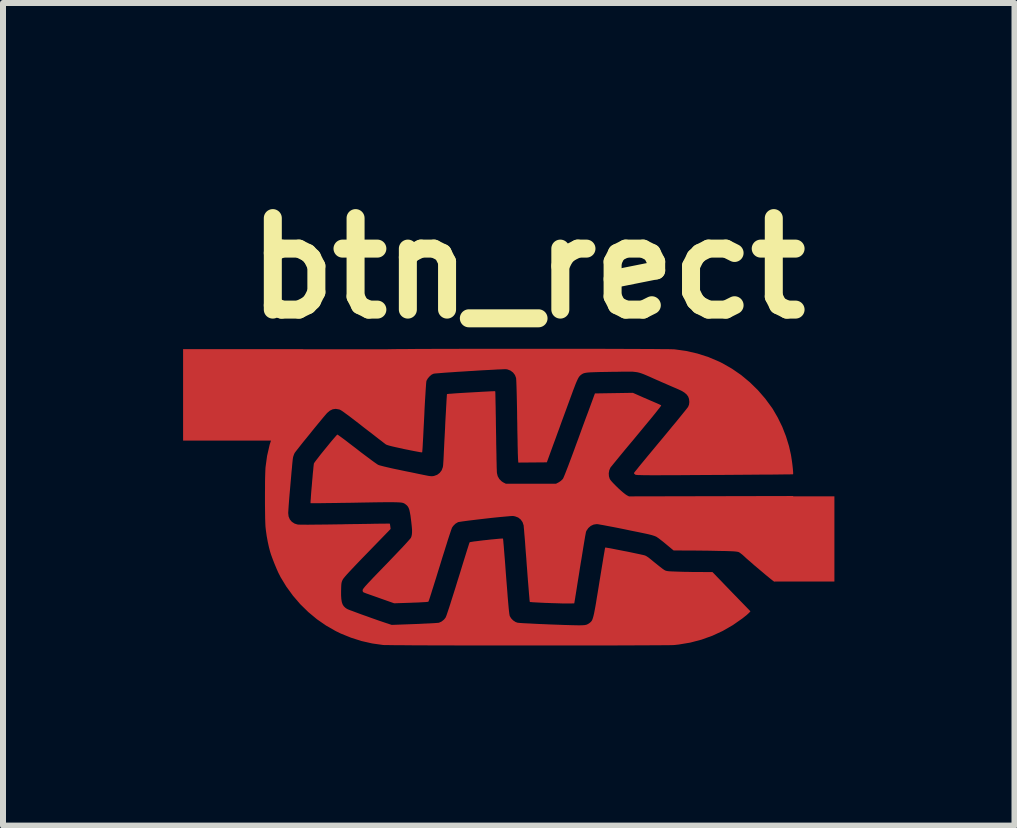
<source format=kicad_pcb>
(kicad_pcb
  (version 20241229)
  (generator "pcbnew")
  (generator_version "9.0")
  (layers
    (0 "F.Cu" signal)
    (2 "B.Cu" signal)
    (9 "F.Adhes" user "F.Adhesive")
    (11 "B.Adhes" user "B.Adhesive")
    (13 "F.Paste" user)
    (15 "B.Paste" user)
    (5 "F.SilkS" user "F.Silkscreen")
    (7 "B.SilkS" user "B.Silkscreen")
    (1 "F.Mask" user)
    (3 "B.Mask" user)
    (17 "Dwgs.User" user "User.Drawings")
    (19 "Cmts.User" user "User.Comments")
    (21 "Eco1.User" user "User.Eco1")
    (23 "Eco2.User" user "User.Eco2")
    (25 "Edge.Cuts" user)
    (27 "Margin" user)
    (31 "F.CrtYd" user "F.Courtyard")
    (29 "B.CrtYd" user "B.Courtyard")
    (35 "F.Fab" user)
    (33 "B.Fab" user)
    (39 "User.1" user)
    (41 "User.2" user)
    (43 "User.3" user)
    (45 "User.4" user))
  (footprint "btn_rect"
    (layer "F.Cu")
    (at 5.76 5.228)
    (property "Reference" "btn_rect" (at -0.02 -3.81 0) (layer "F.SilkS") (effects (font (size 1.524 1.524) (thickness 0.3))))
    (attr exclude_from_pos_files exclude_from_bom)
    (pad "1" smd custom (at 4.59 0.7) (size 1 1.42) (layers "F.Cu" "F.Mask") (options (anchor rect)) (primitives (gr_poly (pts (xy -5.155 -2.456) (xy -5.154 -2.447) (xy -5.153 -2.422) (xy -5.152 -2.382) (xy -5.151 -2.33) (xy -5.15 -2.265) (xy -5.148 -2.19) (xy -5.147 -2.106) (xy -5.145 -2.014) (xy -5.144 -1.915) (xy -5.142 -1.811) (xy -5.142 -1.798) (xy -5.14 -1.692) (xy -5.139 -1.59) (xy -5.137 -1.494) (xy -5.135 -1.405) (xy -5.134 -1.325) (xy -5.132 -1.254) (xy -5.131 -1.195) (xy -5.129 -1.148) (xy -5.128 -1.116) (xy -5.127 -1.1) (xy -5.127 -1.099) (xy -5.114 -1.044) (xy -5.086 -0.995) (xy -5.047 -0.956) (xy -5.022 -0.939) (xy -4.975 -0.915) (xy -4.136 -0.915) (xy -4.09 -0.939) (xy -4.054 -0.963) (xy -4.025 -0.991) (xy -4.019 -0.998) (xy -4.011 -1.013) (xy -3.998 -1.043) (xy -3.98 -1.087) (xy -3.958 -1.143) (xy -3.932 -1.21) (xy -3.903 -1.287) (xy -3.871 -1.372) (xy -3.837 -1.464) (xy -3.836 -1.466) (xy -3.802 -1.56) (xy -3.766 -1.657) (xy -3.73 -1.756) (xy -3.695 -1.853) (xy -3.661 -1.945) (xy -3.63 -2.029) (xy -3.602 -2.103) (xy -3.581 -2.16) (xy -3.486 -2.419) (xy -3.172 -2.424) (xy -2.858 -2.429) (xy -2.736 -2.375) (xy -2.682 -2.351) (xy -2.621 -2.325) (xy -2.562 -2.299) (xy -2.511 -2.277) (xy -2.506 -2.275) (xy -2.466 -2.258) (xy -2.432 -2.243) (xy -2.406 -2.231) (xy -2.393 -2.224) (xy -2.391 -2.223) (xy -2.396 -2.216) (xy -2.41 -2.196) (xy -2.434 -2.166) (xy -2.466 -2.125) (xy -2.506 -2.075) (xy -2.553 -2.017) (xy -2.607 -1.952) (xy -2.665 -1.882) (xy -2.728 -1.806) (xy -2.794 -1.726) (xy -2.798 -1.721) (xy -2.865 -1.64) (xy -2.93 -1.563) (xy -2.991 -1.49) (xy -3.047 -1.422) (xy -3.098 -1.36) (xy -3.142 -1.306) (xy -3.179 -1.261) (xy -3.207 -1.226) (xy -3.227 -1.202) (xy -3.236 -1.19) (xy -3.255 -1.146) (xy -3.264 -1.095) (xy -3.261 -1.043) (xy -3.247 -0.998) (xy -3.233 -0.977) (xy -3.209 -0.948) (xy -3.177 -0.914) (xy -3.139 -0.876) (xy -3.099 -0.837) (xy -3.058 -0.8) (xy -3.02 -0.767) (xy -2.988 -0.742) (xy -2.963 -0.725) (xy -2.962 -0.724) (xy -2.924 -0.704) (xy -1.557 -0.707) (xy -0.19 -0.71) (xy -0.19 -0.505) (xy -0.192 -0.362) (xy -0.198 -0.233) (xy -0.209 -0.115) (xy -0.225 -0.004) (xy -0.247 0.102) (xy -0.276 0.207) (xy -0.311 0.314) (xy -0.346 0.406) (xy -0.368 0.46) (xy -0.392 0.513) (xy -0.416 0.565) (xy -0.439 0.612) (xy -0.46 0.652) (xy -0.478 0.683) (xy -0.492 0.702) (xy -0.499 0.708) (xy -0.508 0.702) (xy -0.528 0.687) (xy -0.557 0.664) (xy -0.595 0.633) (xy -0.638 0.598) (xy -0.685 0.558) (xy -0.735 0.516) (xy -0.786 0.473) (xy -0.836 0.431) (xy -0.882 0.39) (xy -0.925 0.353) (xy -0.961 0.322) (xy -0.989 0.296) (xy -0.993 0.292) (xy -1.024 0.264) (xy -1.055 0.239) (xy -1.08 0.221) (xy -1.092 0.215) (xy -1.104 0.211) (xy -1.12 0.208) (xy -1.142 0.205) (xy -1.173 0.202) (xy -1.213 0.2) (xy -1.266 0.198) (xy -1.332 0.196) (xy -1.413 0.195) (xy -1.497 0.193) (xy -1.588 0.191) (xy -1.683 0.19) (xy -1.775 0.189) (xy -1.861 0.188) (xy -1.934 0.188) (xy -1.939 0.188) (xy -2.177 0.187) (xy -2.301 0.084) (xy -2.343 0.049) (xy -2.384 0.017) (xy -2.42 -0.011) (xy -2.449 -0.031) (xy -2.466 -0.042) (xy -2.495 -0.054) (xy -2.538 -0.068) (xy -2.593 -0.082) (xy -2.629 -0.09) (xy -2.762 -0.118) (xy -2.887 -0.143) (xy -3.001 -0.167) (xy -3.105 -0.188) (xy -3.198 -0.206) (xy -3.278 -0.221) (xy -3.345 -0.234) (xy -3.398 -0.243) (xy -3.436 -0.25) (xy -3.458 -0.252) (xy -3.461 -0.252) (xy -3.513 -0.244) (xy -3.562 -0.221) (xy -3.603 -0.185) (xy -3.634 -0.14) (xy -3.642 -0.122) (xy -3.645 -0.109) (xy -3.65 -0.081) (xy -3.658 -0.04) (xy -3.667 0.014) (xy -3.678 0.079) (xy -3.69 0.153) (xy -3.703 0.234) (xy -3.717 0.321) (xy -3.729 0.39) (xy -3.744 0.483) (xy -3.758 0.574) (xy -3.772 0.66) (xy -3.785 0.741) (xy -3.796 0.812) (xy -3.806 0.874) (xy -3.814 0.924) (xy -3.82 0.96) (xy -3.822 0.975) (xy -3.838 1.069) (xy -3.936 1.07) (xy -3.97 1.07) (xy -4.019 1.07) (xy -4.078 1.068) (xy -4.144 1.066) (xy -4.215 1.064) (xy -4.287 1.061) (xy -4.3 1.061) (xy -4.366 1.058) (xy -4.426 1.055) (xy -4.478 1.052) (xy -4.521 1.05) (xy -4.551 1.047) (xy -4.568 1.046) (xy -4.57 1.045) (xy -4.571 1.036) (xy -4.574 1.011) (xy -4.577 0.972) (xy -4.582 0.919) (xy -4.587 0.855) (xy -4.593 0.78) (xy -4.6 0.697) (xy -4.607 0.606) (xy -4.614 0.509) (xy -4.621 0.422) (xy -4.628 0.32) (xy -4.636 0.222) (xy -4.643 0.13) (xy -4.649 0.045) (xy -4.655 -0.03) (xy -4.661 -0.096) (xy -4.665 -0.15) (xy -4.669 -0.19) (xy -4.671 -0.217) (xy -4.672 -0.226) (xy -4.69 -0.281) (xy -4.722 -0.327) (xy -4.765 -0.361) (xy -4.818 -0.381) (xy -4.851 -0.387) (xy -4.87 -0.387) (xy -4.903 -0.385) (xy -4.948 -0.381) (xy -5.004 -0.376) (xy -5.069 -0.37) (xy -5.14 -0.363) (xy -5.216 -0.355) (xy -5.295 -0.346) (xy -5.373 -0.337) (xy -5.45 -0.328) (xy -5.524 -0.319) (xy -5.591 -0.311) (xy -5.651 -0.303) (xy -5.702 -0.296) (xy -5.74 -0.29) (xy -5.764 -0.286) (xy -5.772 -0.284) (xy -5.816 -0.258) (xy -5.853 -0.221) (xy -5.874 -0.191) (xy -5.88 -0.175) (xy -5.891 -0.145) (xy -5.905 -0.103) (xy -5.923 -0.049) (xy -5.943 0.012) (xy -5.964 0.08) (xy -5.987 0.153) (xy -5.994 0.176) (xy -6.038 0.315) (xy -6.076 0.439) (xy -6.11 0.548) (xy -6.139 0.643) (xy -6.165 0.725) (xy -6.187 0.796) (xy -6.206 0.855) (xy -6.221 0.904) (xy -6.234 0.944) (xy -6.244 0.976) (xy -6.252 1) (xy -6.258 1.018) (xy -6.263 1.03) (xy -6.266 1.037) (xy -6.268 1.041) (xy -6.268 1.042) (xy -6.278 1.043) (xy -6.303 1.046) (xy -6.341 1.048) (xy -6.39 1.051) (xy -6.448 1.054) (xy -6.512 1.056) (xy -6.554 1.058) (xy -6.833 1.067) (xy -7.057 0.988) (xy -7.118 0.966) (xy -7.175 0.946) (xy -7.226 0.928) (xy -7.268 0.913) (xy -7.3 0.902) (xy -7.317 0.895) (xy -7.34 0.886) (xy -7.351 0.876) (xy -7.354 0.86) (xy -7.354 0.855) (xy -7.353 0.849) (xy -7.349 0.84) (xy -7.342 0.829) (xy -7.33 0.814) (xy -7.314 0.794) (xy -7.291 0.769) (xy -7.262 0.737) (xy -7.225 0.698) (xy -7.18 0.65) (xy -7.125 0.593) (xy -7.06 0.526) (xy -6.984 0.447) (xy -6.961 0.424) (xy -6.892 0.352) (xy -6.827 0.284) (xy -6.766 0.22) (xy -6.71 0.161) (xy -6.661 0.109) (xy -6.62 0.064) (xy -6.588 0.028) (xy -6.565 0.002) (xy -6.553 -0.013) (xy -6.551 -0.015) (xy -6.541 -0.041) (xy -6.534 -0.072) (xy -6.531 -0.109) (xy -6.531 -0.156) (xy -6.536 -0.215) (xy -6.544 -0.287) (xy -6.548 -0.319) (xy -6.557 -0.389) (xy -6.567 -0.443) (xy -6.576 -0.486) (xy -6.588 -0.518) (xy -6.602 -0.543) (xy -6.619 -0.563) (xy -6.64 -0.58) (xy -6.64 -0.58) (xy -6.65 -0.587) (xy -6.66 -0.594) (xy -6.67 -0.599) (xy -6.683 -0.604) (xy -6.698 -0.608) (xy -6.717 -0.611) (xy -6.741 -0.613) (xy -6.772 -0.615) (xy -6.81 -0.616) (xy -6.856 -0.617) (xy -6.913 -0.617) (xy -6.979 -0.617) (xy -7.058 -0.616) (xy -7.15 -0.615) (xy -7.256 -0.613) (xy -7.377 -0.611) (xy -7.48 -0.609) (xy -7.591 -0.607) (xy -7.697 -0.606) (xy -7.797 -0.604) (xy -7.89 -0.603) (xy -7.973 -0.602) (xy -8.047 -0.601) (xy -8.109 -0.6) (xy -8.159 -0.6) (xy -8.195 -0.6) (xy -8.216 -0.6) (xy -8.222 -0.6) (xy -8.222 -0.61) (xy -8.221 -0.634) (xy -8.218 -0.67) (xy -8.215 -0.717) (xy -8.211 -0.772) (xy -8.206 -0.833) (xy -8.2 -0.897) (xy -8.195 -0.962) (xy -8.189 -1.026) (xy -8.184 -1.087) (xy -8.178 -1.142) (xy -8.174 -1.189) (xy -8.17 -1.225) (xy -8.167 -1.249) (xy -8.165 -1.257) (xy -8.158 -1.269) (xy -8.142 -1.291) (xy -8.118 -1.322) (xy -8.088 -1.361) (xy -8.054 -1.405) (xy -8.016 -1.452) (xy -7.976 -1.501) (xy -7.936 -1.55) (xy -7.898 -1.597) (xy -7.862 -1.64) (xy -7.831 -1.676) (xy -7.806 -1.705) (xy -7.788 -1.725) (xy -7.779 -1.733) (xy -7.779 -1.733) (xy -7.771 -1.728) (xy -7.75 -1.713) (xy -7.718 -1.69) (xy -7.677 -1.66) (xy -7.628 -1.623) (xy -7.573 -1.58) (xy -7.512 -1.534) (xy -7.456 -1.491) (xy -7.391 -1.44) (xy -7.328 -1.393) (xy -7.269 -1.349) (xy -7.217 -1.31) (xy -7.172 -1.277) (xy -7.136 -1.252) (xy -7.111 -1.235) (xy -7.1 -1.229) (xy -7.081 -1.222) (xy -7.047 -1.213) (xy -7.001 -1.201) (xy -6.945 -1.188) (xy -6.881 -1.173) (xy -6.812 -1.158) (xy -6.781 -1.152) (xy -6.706 -1.136) (xy -6.629 -1.12) (xy -6.553 -1.105) (xy -6.482 -1.09) (xy -6.42 -1.077) (xy -6.371 -1.067) (xy -6.361 -1.065) (xy -6.307 -1.054) (xy -6.266 -1.046) (xy -6.236 -1.042) (xy -6.213 -1.04) (xy -6.193 -1.041) (xy -6.175 -1.043) (xy -6.17 -1.044) (xy -6.115 -1.064) (xy -6.071 -1.097) (xy -6.038 -1.141) (xy -6.018 -1.195) (xy -6.013 -1.229) (xy -6.012 -1.245) (xy -6.01 -1.277) (xy -6.007 -1.322) (xy -6.004 -1.381) (xy -6.001 -1.45) (xy -5.997 -1.528) (xy -5.993 -1.615) (xy -5.988 -1.707) (xy -5.983 -1.804) (xy -5.981 -1.839) (xy -5.977 -1.936) (xy -5.972 -2.028) (xy -5.967 -2.113) (xy -5.963 -2.19) (xy -5.959 -2.258) (xy -5.956 -2.315) (xy -5.953 -2.36) (xy -5.951 -2.391) (xy -5.95 -2.407) (xy -5.949 -2.409) (xy -5.94 -2.41) (xy -5.916 -2.413) (xy -5.878 -2.415) (xy -5.83 -2.419) (xy -5.773 -2.423) (xy -5.709 -2.427) (xy -5.641 -2.431) (xy -5.57 -2.435) (xy -5.498 -2.439) (xy -5.428 -2.443) (xy -5.362 -2.447) (xy -5.301 -2.45) (xy -5.248 -2.453) (xy -5.205 -2.455) (xy -5.174 -2.456) (xy -5.157 -2.456) (xy -5.155 -2.456)) (width 0.01) (fill yes))))
    (pad "2" smd custom (at -4.76 -1.7) (size 2 1.524) (layers "F.Cu" "F.Mask") (options (anchor rect)) (primitives (gr_poly (pts (xy 5 -0.763) (xy 5.178 -0.763) (xy 5.354 -0.763) (xy 5.527 -0.762) (xy 5.696 -0.762) (xy 5.861 -0.762) (xy 6.02 -0.762) (xy 6.172 -0.761) (xy 6.318 -0.761) (xy 6.455 -0.76) (xy 6.583 -0.76) (xy 6.701 -0.759) (xy 6.809 -0.759) (xy 6.905 -0.758) (xy 6.988 -0.757) (xy 7.058 -0.757) (xy 7.114 -0.756) (xy 7.154 -0.755) (xy 7.179 -0.754) (xy 7.184 -0.754) (xy 7.377 -0.727) (xy 7.566 -0.684) (xy 7.75 -0.625) (xy 7.929 -0.549) (xy 7.985 -0.521) (xy 8.142 -0.431) (xy 8.294 -0.326) (xy 8.437 -0.207) (xy 8.571 -0.076) (xy 8.694 0.066) (xy 8.805 0.217) (xy 8.818 0.236) (xy 8.901 0.379) (xy 8.976 0.532) (xy 9.039 0.693) (xy 9.089 0.856) (xy 9.121 0.998) (xy 9.128 1.04) (xy 9.135 1.087) (xy 9.142 1.137) (xy 9.148 1.186) (xy 9.153 1.232) (xy 9.156 1.27) (xy 9.158 1.3) (xy 9.158 1.316) (xy 9.157 1.318) (xy 9.148 1.319) (xy 9.123 1.319) (xy 9.083 1.32) (xy 9.028 1.32) (xy 8.96 1.321) (xy 8.879 1.322) (xy 8.786 1.323) (xy 8.683 1.323) (xy 8.571 1.324) (xy 8.449 1.325) (xy 8.32 1.326) (xy 8.184 1.327) (xy 8.042 1.328) (xy 7.895 1.329) (xy 7.855 1.329) (xy 7.677 1.33) (xy 7.517 1.331) (xy 7.372 1.332) (xy 7.242 1.333) (xy 7.125 1.333) (xy 7.023 1.333) (xy 6.932 1.334) (xy 6.854 1.334) (xy 6.786 1.334) (xy 6.728 1.333) (xy 6.68 1.333) (xy 6.64 1.332) (xy 6.608 1.331) (xy 6.583 1.331) (xy 6.564 1.329) (xy 6.551 1.328) (xy 6.542 1.327) (xy 6.537 1.325) (xy 6.536 1.325) (xy 6.521 1.312) (xy 6.516 1.303) (xy 6.522 1.295) (xy 6.537 1.275) (xy 6.563 1.244) (xy 6.596 1.202) (xy 6.637 1.152) (xy 6.686 1.093) (xy 6.74 1.027) (xy 6.8 0.955) (xy 6.864 0.878) (xy 6.931 0.797) (xy 6.958 0.765) (xy 7.027 0.682) (xy 7.094 0.601) (xy 7.156 0.525) (xy 7.215 0.455) (xy 7.267 0.391) (xy 7.313 0.334) (xy 7.352 0.286) (xy 7.383 0.247) (xy 7.405 0.219) (xy 7.417 0.203) (xy 7.418 0.2) (xy 7.433 0.164) (xy 7.438 0.12) (xy 7.438 0.114) (xy 7.433 0.067) (xy 7.419 0.027) (xy 7.393 -0.009) (xy 7.355 -0.042) (xy 7.302 -0.074) (xy 7.243 -0.101) (xy 7.211 -0.115) (xy 7.166 -0.134) (xy 7.111 -0.158) (xy 7.049 -0.185) (xy 6.984 -0.213) (xy 6.917 -0.243) (xy 6.9 -0.25) (xy 6.828 -0.282) (xy 6.768 -0.309) (xy 6.717 -0.331) (xy 6.674 -0.349) (xy 6.636 -0.363) (xy 6.601 -0.374) (xy 6.566 -0.382) (xy 6.53 -0.387) (xy 6.491 -0.391) (xy 6.445 -0.392) (xy 6.392 -0.392) (xy 6.328 -0.392) (xy 6.252 -0.39) (xy 6.161 -0.389) (xy 6.145 -0.389) (xy 6.043 -0.387) (xy 5.957 -0.386) (xy 5.886 -0.384) (xy 5.827 -0.382) (xy 5.779 -0.38) (xy 5.74 -0.377) (xy 5.71 -0.373) (xy 5.685 -0.368) (xy 5.666 -0.362) (xy 5.65 -0.354) (xy 5.636 -0.345) (xy 5.623 -0.335) (xy 5.619 -0.332) (xy 5.608 -0.322) (xy 5.598 -0.311) (xy 5.588 -0.297) (xy 5.577 -0.278) (xy 5.565 -0.254) (xy 5.551 -0.223) (xy 5.534 -0.183) (xy 5.515 -0.133) (xy 5.492 -0.073) (xy 5.465 0.001) (xy 5.433 0.088) (xy 5.407 0.159) (xy 5.374 0.249) (xy 5.338 0.347) (xy 5.3 0.45) (xy 5.263 0.553) (xy 5.227 0.651) (xy 5.194 0.742) (xy 5.166 0.817) (xy 5.056 1.119) (xy 4.823 1.121) (xy 4.589 1.123) (xy 4.585 1.069) (xy 4.584 1.052) (xy 4.583 1.019) (xy 4.581 0.972) (xy 4.58 0.912) (xy 4.578 0.84) (xy 4.577 0.759) (xy 4.575 0.67) (xy 4.573 0.575) (xy 4.572 0.474) (xy 4.57 0.387) (xy 4.569 0.282) (xy 4.567 0.181) (xy 4.565 0.087) (xy 4.563 -0.00013) (xy 4.561 -0.078) (xy 4.559 -0.146) (xy 4.557 -0.201) (xy 4.555 -0.244) (xy 4.553 -0.271) (xy 4.552 -0.282) (xy 4.533 -0.333) (xy 4.5 -0.376) (xy 4.456 -0.409) (xy 4.404 -0.429) (xy 4.383 -0.432) (xy 4.367 -0.433) (xy 4.336 -0.432) (xy 4.292 -0.43) (xy 4.236 -0.428) (xy 4.169 -0.424) (xy 4.095 -0.42) (xy 4.014 -0.416) (xy 3.928 -0.411) (xy 3.839 -0.405) (xy 3.749 -0.4) (xy 3.66 -0.394) (xy 3.573 -0.389) (xy 3.49 -0.383) (xy 3.412 -0.378) (xy 3.343 -0.373) (xy 3.283 -0.368) (xy 3.234 -0.364) (xy 3.197 -0.361) (xy 3.176 -0.358) (xy 3.171 -0.357) (xy 3.137 -0.341) (xy 3.103 -0.312) (xy 3.073 -0.277) (xy 3.052 -0.241) (xy 3.048 -0.228) (xy 3.046 -0.213) (xy 3.043 -0.182) (xy 3.04 -0.137) (xy 3.036 -0.08) (xy 3.032 -0.012) (xy 3.027 0.066) (xy 3.022 0.152) (xy 3.017 0.244) (xy 3.013 0.341) (xy 3.011 0.378) (xy 3.006 0.476) (xy 3.001 0.568) (xy 2.997 0.654) (xy 2.993 0.731) (xy 2.989 0.8) (xy 2.986 0.857) (xy 2.983 0.903) (xy 2.98 0.934) (xy 2.979 0.95) (xy 2.978 0.953) (xy 2.969 0.952) (xy 2.945 0.949) (xy 2.908 0.942) (xy 2.86 0.933) (xy 2.803 0.922) (xy 2.74 0.909) (xy 2.689 0.899) (xy 2.604 0.88) (xy 2.535 0.865) (xy 2.479 0.852) (xy 2.437 0.841) (xy 2.407 0.832) (xy 2.388 0.825) (xy 2.379 0.82) (xy 2.367 0.811) (xy 2.342 0.792) (xy 2.308 0.765) (xy 2.264 0.732) (xy 2.214 0.693) (xy 2.159 0.65) (xy 2.099 0.604) (xy 2.091 0.598) (xy 2 0.528) (xy 1.923 0.467) (xy 1.856 0.416) (xy 1.8 0.373) (xy 1.754 0.338) (xy 1.715 0.31) (xy 1.684 0.287) (xy 1.66 0.27) (xy 1.64 0.257) (xy 1.625 0.248) (xy 1.613 0.242) (xy 1.603 0.238) (xy 1.601 0.238) (xy 1.544 0.228) (xy 1.491 0.235) (xy 1.442 0.259) (xy 1.396 0.298) (xy 1.38 0.316) (xy 1.356 0.344) (xy 1.323 0.383) (xy 1.285 0.429) (xy 1.242 0.481) (xy 1.196 0.537) (xy 1.148 0.596) (xy 1.1 0.656) (xy 1.052 0.715) (xy 1.006 0.771) (xy 0.964 0.824) (xy 0.927 0.871) (xy 0.896 0.91) (xy 0.872 0.941) (xy 0.858 0.96) (xy 0.854 0.965) (xy 0.841 0.995) (xy 0.829 1.031) (xy 0.825 1.051) (xy 0.822 1.072) (xy 0.818 1.108) (xy 0.813 1.157) (xy 0.808 1.217) (xy 0.801 1.285) (xy 0.795 1.359) (xy 0.788 1.438) (xy 0.781 1.518) (xy 0.774 1.598) (xy 0.767 1.676) (xy 0.761 1.749) (xy 0.756 1.816) (xy 0.752 1.873) (xy 0.749 1.92) (xy 0.747 1.953) (xy 0.746 1.968) (xy 0.753 2.028) (xy 0.774 2.078) (xy 0.809 2.119) (xy 0.856 2.149) (xy 0.904 2.164) (xy 0.92 2.166) (xy 0.954 2.167) (xy 1.005 2.167) (xy 1.073 2.168) (xy 1.158 2.167) (xy 1.259 2.166) (xy 1.378 2.165) (xy 1.513 2.163) (xy 1.664 2.161) (xy 1.69 2.16) (xy 1.801 2.158) (xy 1.908 2.157) (xy 2.009 2.155) (xy 2.102 2.154) (xy 2.186 2.152) (xy 2.261 2.151) (xy 2.324 2.151) (xy 2.375 2.15) (xy 2.412 2.15) (xy 2.434 2.15) (xy 2.44 2.15) (xy 2.442 2.159) (xy 2.445 2.179) (xy 2.447 2.192) (xy 2.452 2.232) (xy 2.065 2.631) (xy 1.982 2.716) (xy 1.911 2.79) (xy 1.85 2.854) (xy 1.799 2.908) (xy 1.757 2.953) (xy 1.723 2.99) (xy 1.697 3.02) (xy 1.678 3.043) (xy 1.664 3.061) (xy 1.655 3.075) (xy 1.654 3.078) (xy 1.645 3.096) (xy 1.639 3.114) (xy 1.634 3.133) (xy 1.631 3.157) (xy 1.629 3.19) (xy 1.628 3.235) (xy 1.627 3.264) (xy 1.627 3.341) (xy 1.631 3.402) (xy 1.639 3.452) (xy 1.652 3.491) (xy 1.671 3.522) (xy 1.697 3.548) (xy 1.725 3.568) (xy 1.739 3.575) (xy 1.767 3.587) (xy 1.808 3.602) (xy 1.859 3.621) (xy 1.918 3.643) (xy 1.983 3.667) (xy 2.052 3.691) (xy 2.123 3.717) (xy 2.194 3.742) (xy 2.262 3.766) (xy 2.327 3.788) (xy 2.386 3.808) (xy 2.397 3.811) (xy 2.474 3.837) (xy 2.854 3.823) (xy 2.935 3.82) (xy 3.01 3.816) (xy 3.08 3.813) (xy 3.141 3.81) (xy 3.192 3.807) (xy 3.23 3.804) (xy 3.255 3.802) (xy 3.263 3.801) (xy 3.309 3.78) (xy 3.35 3.747) (xy 3.377 3.713) (xy 3.382 3.701) (xy 3.391 3.68) (xy 3.402 3.648) (xy 3.416 3.606) (xy 3.434 3.553) (xy 3.455 3.488) (xy 3.479 3.411) (xy 3.508 3.32) (xy 3.541 3.216) (xy 3.577 3.098) (xy 3.619 2.965) (xy 3.664 2.817) (xy 3.715 2.654) (xy 3.719 2.641) (xy 3.735 2.589) (xy 3.75 2.542) (xy 3.762 2.504) (xy 3.771 2.476) (xy 3.777 2.461) (xy 3.778 2.459) (xy 3.787 2.457) (xy 3.811 2.453) (xy 3.847 2.447) (xy 3.893 2.442) (xy 3.946 2.435) (xy 4.003 2.428) (xy 4.062 2.422) (xy 4.121 2.415) (xy 4.177 2.41) (xy 4.228 2.405) (xy 4.27 2.401) (xy 4.302 2.399) (xy 4.321 2.398) (xy 4.325 2.399) (xy 4.326 2.408) (xy 4.329 2.433) (xy 4.332 2.472) (xy 4.337 2.524) (xy 4.342 2.589) (xy 4.348 2.663) (xy 4.355 2.747) (xy 4.362 2.838) (xy 4.369 2.936) (xy 4.376 3.028) (xy 4.386 3.155) (xy 4.395 3.265) (xy 4.402 3.361) (xy 4.409 3.442) (xy 4.415 3.51) (xy 4.42 3.565) (xy 4.425 3.61) (xy 4.429 3.643) (xy 4.433 3.667) (xy 4.436 3.683) (xy 4.438 3.688) (xy 4.461 3.726) (xy 4.495 3.761) (xy 4.536 3.788) (xy 4.569 3.8) (xy 4.585 3.802) (xy 4.616 3.805) (xy 4.66 3.808) (xy 4.716 3.811) (xy 4.782 3.814) (xy 4.855 3.818) (xy 4.934 3.822) (xy 5.017 3.825) (xy 5.102 3.829) (xy 5.186 3.832) (xy 5.269 3.835) (xy 5.348 3.838) (xy 5.421 3.84) (xy 5.487 3.842) (xy 5.543 3.843) (xy 5.587 3.844) (xy 5.598 3.844) (xy 5.651 3.843) (xy 5.692 3.84) (xy 5.723 3.833) (xy 5.749 3.821) (xy 5.774 3.804) (xy 5.782 3.798) (xy 5.793 3.788) (xy 5.802 3.779) (xy 5.811 3.767) (xy 5.819 3.753) (xy 5.826 3.735) (xy 5.834 3.711) (xy 5.842 3.681) (xy 5.851 3.643) (xy 5.86 3.596) (xy 5.871 3.538) (xy 5.883 3.47) (xy 5.896 3.388) (xy 5.912 3.293) (xy 5.93 3.182) (xy 5.939 3.125) (xy 5.955 3.028) (xy 5.97 2.936) (xy 5.984 2.85) (xy 5.997 2.772) (xy 6.008 2.704) (xy 6.018 2.646) (xy 6.026 2.6) (xy 6.031 2.568) (xy 6.035 2.551) (xy 6.036 2.548) (xy 6.045 2.549) (xy 6.068 2.553) (xy 6.105 2.559) (xy 6.152 2.568) (xy 6.207 2.579) (xy 6.269 2.591) (xy 6.335 2.604) (xy 6.403 2.617) (xy 6.47 2.631) (xy 6.536 2.645) (xy 6.598 2.658) (xy 6.652 2.67) (xy 6.674 2.675) (xy 6.692 2.68) (xy 6.71 2.688) (xy 6.729 2.7) (xy 6.753 2.716) (xy 6.783 2.74) (xy 6.823 2.773) (xy 6.85 2.795) (xy 6.894 2.83) (xy 6.935 2.863) (xy 6.971 2.891) (xy 7 2.912) (xy 7.019 2.924) (xy 7.02 2.925) (xy 7.034 2.932) (xy 7.051 2.937) (xy 7.072 2.941) (xy 7.101 2.944) (xy 7.14 2.946) (xy 7.193 2.948) (xy 7.218 2.949) (xy 7.277 2.951) (xy 7.347 2.953) (xy 7.424 2.954) (xy 7.502 2.956) (xy 7.577 2.956) (xy 7.599 2.956) (xy 7.817 2.957) (xy 7.927 3.071) (xy 7.961 3.106) (xy 8.004 3.151) (xy 8.054 3.203) (xy 8.109 3.26) (xy 8.165 3.318) (xy 8.221 3.375) (xy 8.241 3.396) (xy 8.445 3.606) (xy 8.421 3.631) (xy 8.405 3.646) (xy 8.379 3.669) (xy 8.346 3.695) (xy 8.316 3.719) (xy 8.156 3.831) (xy 7.988 3.928) (xy 7.815 4.008) (xy 7.634 4.073) (xy 7.448 4.122) (xy 7.256 4.154) (xy 7.184 4.162) (xy 7.166 4.163) (xy 7.133 4.164) (xy 7.084 4.165) (xy 7.02 4.165) (xy 6.942 4.166) (xy 6.852 4.166) (xy 6.75 4.167) (xy 6.636 4.167) (xy 6.512 4.168) (xy 6.379 4.168) (xy 6.238 4.169) (xy 6.088 4.169) (xy 5.932 4.169) (xy 5.77 4.17) (xy 5.603 4.17) (xy 5.432 4.17) (xy 5.257 4.17) (xy 5.08 4.17) (xy 4.902 4.17) (xy 4.723 4.17) (xy 4.543 4.17) (xy 4.365 4.17) (xy 4.189 4.17) (xy 4.016 4.17) (xy 3.846 4.169) (xy 3.681 4.169) (xy 3.521 4.169) (xy 3.367 4.168) (xy 3.22 4.168) (xy 3.082 4.168) (xy 2.952 4.167) (xy 2.832 4.167) (xy 2.723 4.166) (xy 2.625 4.165) (xy 2.539 4.165) (xy 2.466 4.164) (xy 2.408 4.163) (xy 2.364 4.163) (xy 2.337 4.162) (xy 2.328 4.161) (xy 2.151 4.136) (xy 1.974 4.096) (xy 1.798 4.04) (xy 1.628 3.971) (xy 1.544 3.93) (xy 1.385 3.839) (xy 1.233 3.734) (xy 1.09 3.615) (xy 0.956 3.484) (xy 0.834 3.342) (xy 0.724 3.191) (xy 0.628 3.033) (xy 0.62 3.017) (xy 0.59 2.958) (xy 0.559 2.888) (xy 0.527 2.811) (xy 0.497 2.734) (xy 0.47 2.66) (xy 0.454 2.609) (xy 0.434 2.532) (xy 0.415 2.445) (xy 0.398 2.353) (xy 0.385 2.261) (xy 0.378 2.199) (xy 0.376 2.165) (xy 0.374 2.115) (xy 0.372 2.053) (xy 0.371 1.981) (xy 0.37 1.901) (xy 0.369 1.816) (xy 0.369 1.727) (xy 0.369 1.639) (xy 0.37 1.551) (xy 0.37 1.468) (xy 0.371 1.392) (xy 0.373 1.324) (xy 0.375 1.268) (xy 0.377 1.225) (xy 0.378 1.209) (xy 0.404 1.018) (xy 0.447 0.831) (xy 0.505 0.651) (xy 0.578 0.477) (xy 0.666 0.311) (xy 0.769 0.153) (xy 0.886 0.003) (xy 1.016 -0.137) (xy 1.159 -0.266) (xy 1.314 -0.384) (xy 1.383 -0.431) (xy 1.472 -0.483) (xy 1.572 -0.535) (xy 1.681 -0.584) (xy 1.792 -0.629) (xy 1.901 -0.667) (xy 1.957 -0.684) (xy 2.067 -0.711) (xy 2.186 -0.733) (xy 2.307 -0.75) (xy 2.345 -0.754) (xy 2.363 -0.755) (xy 2.398 -0.755) (xy 2.448 -0.756) (xy 2.513 -0.757) (xy 2.591 -0.758) (xy 2.683 -0.758) (xy 2.786 -0.759) (xy 2.901 -0.76) (xy 3.025 -0.76) (xy 3.159 -0.761) (xy 3.302 -0.761) (xy 3.452 -0.761) (xy 3.609 -0.762) (xy 3.771 -0.762) (xy 3.939 -0.762) (xy 4.111 -0.762) (xy 4.286 -0.763) (xy 4.463 -0.763) (xy 4.642 -0.763) (xy 4.821 -0.763) (xy 5 -0.763)) (width 0.01) (fill yes)) (gr_poly (pts (xy 1 -0.76) (xy 2.75 -0.76) (xy 0.59 0.34)) (width 0) (fill yes)))))
  (gr_rect
    (start -3 -3)
    (end 13.85 10.703)
    (stroke (width 0.1) (type default))
    (fill no)
    (layer "Edge.Cuts")))
</source>
